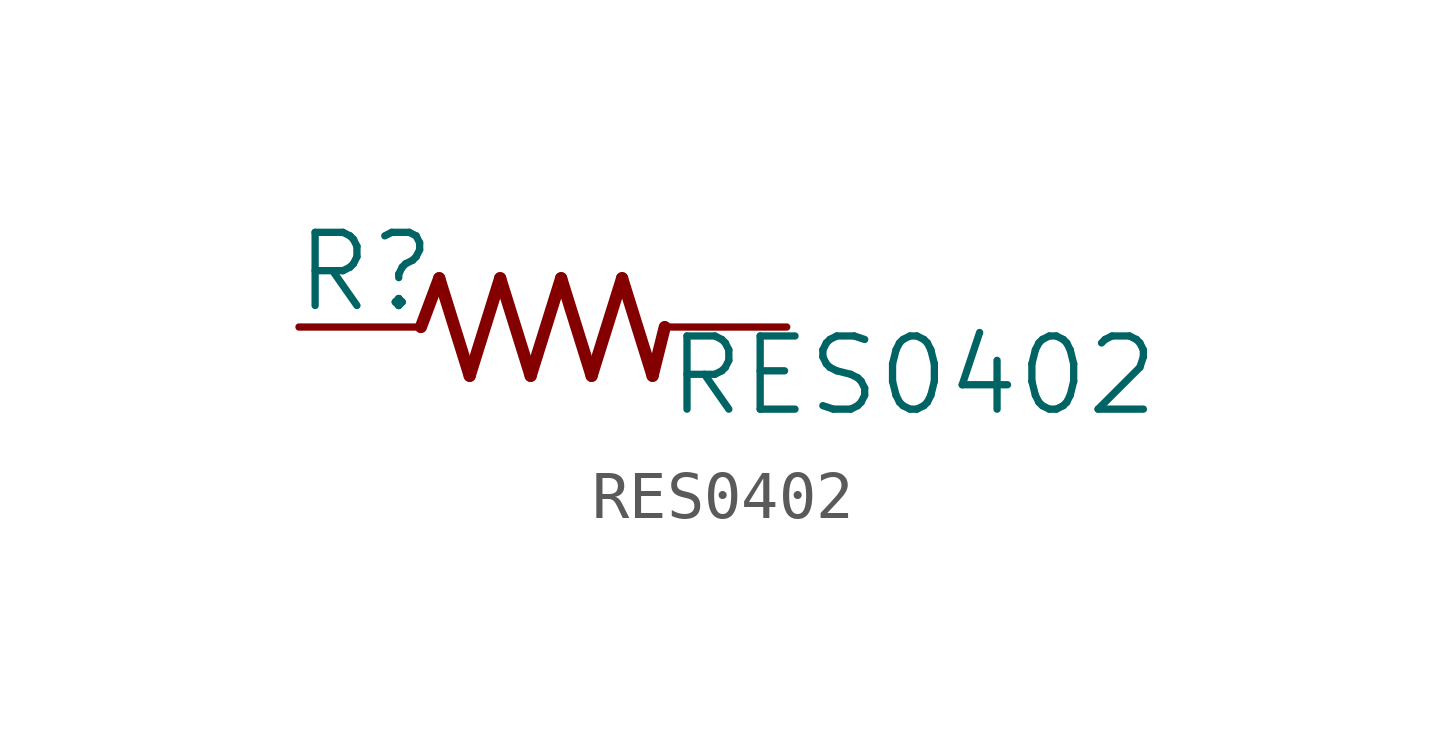
<source format=kicad_sym>
(kicad_symbol_lib
  (version 20211014)
  (generator kicad_symbol_editor)
  (symbol "RES0402"
    (property "Reference" "R"
      (at -5.207 0.254 0)
      (effects (font (size 1.524 1.524)) (justify left bottom)))
    (property "Value" "RES0402"
      (at 2.54 -1.905 0)
      (effects (font (size 1.524 1.524)) (justify left bottom)))
    (property "ki_locked" ""
      (at 0 0 0)
      (effects (font (size 1.27 1.27))))
    (symbol "RES0402_1_0"
      (polyline (pts (xy -2.54 0) (xy -2.159 1.016)) (stroke (width 0.254) (type default) (color 0 0 0 0)) (fill (type none)))
      (polyline (pts (xy -2.159 1.016) (xy -1.524 -1.016)) (stroke (width 0.254) (type default) (color 0 0 0 0)) (fill (type none)))
      (polyline (pts (xy -1.524 -1.016) (xy -0.889 1.016)) (stroke (width 0.254) (type default) (color 0 0 0 0)) (fill (type none)))
      (polyline (pts (xy -0.889 1.016) (xy -0.254 -1.016)) (stroke (width 0.254) (type default) (color 0 0 0 0)) (fill (type none)))
      (polyline (pts (xy -0.254 -1.016) (xy 0.381 1.016)) (stroke (width 0.254) (type default) (color 0 0 0 0)) (fill (type none)))
      (polyline (pts (xy 0.381 1.016) (xy 1.016 -1.016)) (stroke (width 0.254) (type default) (color 0 0 0 0)) (fill (type none)))
      (polyline (pts (xy 1.016 -1.016) (xy 1.651 1.016)) (stroke (width 0.254) (type default) (color 0 0 0 0)) (fill (type none)))
      (polyline (pts (xy 1.651 1.016) (xy 2.286 -1.016)) (stroke (width 0.254) (type default) (color 0 0 0 0)) (fill (type none)))
      (polyline (pts (xy 2.286 -1.016) (xy 2.54 0)) (stroke (width 0.254) (type default) (color 0 0 0 0)) (fill (type none)))
      (pin passive line (at -5.08 0 0) (length 2.54) (name "1" (effects (font (size 0 0)))) (number "1" (effects (font (size 0 0)))))
      (pin passive line (at 5.08 0 180) (length 2.54) (name "2" (effects (font (size 0 0)))) (number "2" (effects (font (size 0 0))))))))
</source>
